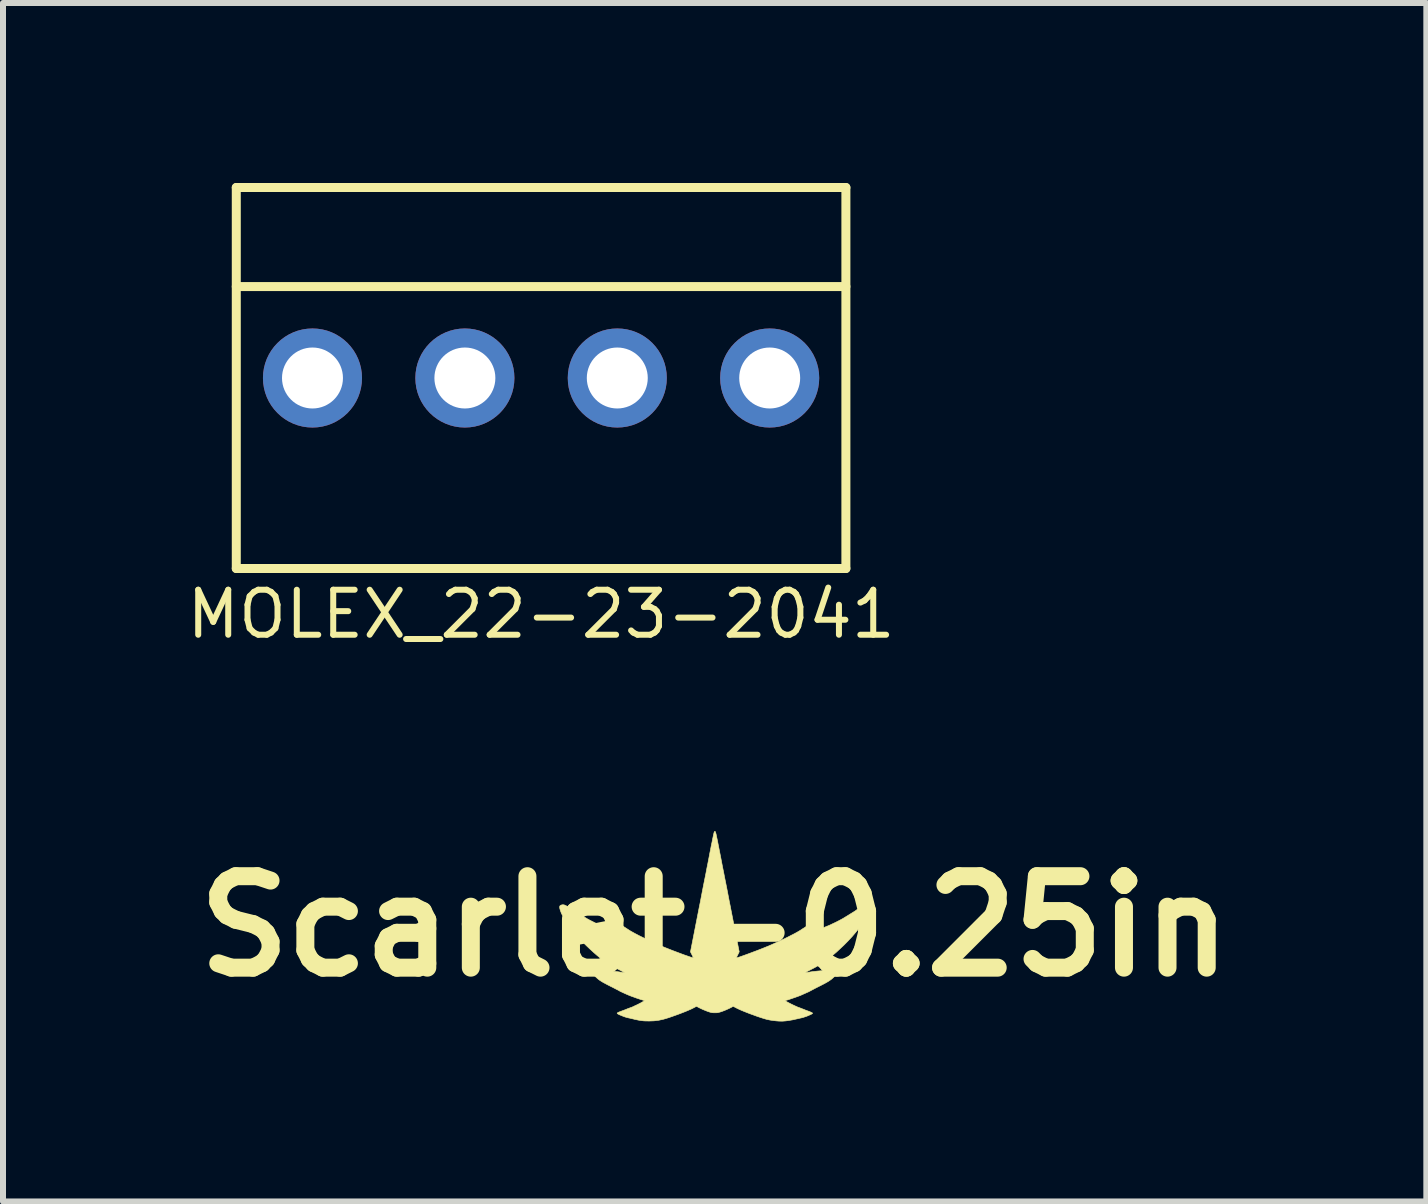
<source format=kicad_pcb>
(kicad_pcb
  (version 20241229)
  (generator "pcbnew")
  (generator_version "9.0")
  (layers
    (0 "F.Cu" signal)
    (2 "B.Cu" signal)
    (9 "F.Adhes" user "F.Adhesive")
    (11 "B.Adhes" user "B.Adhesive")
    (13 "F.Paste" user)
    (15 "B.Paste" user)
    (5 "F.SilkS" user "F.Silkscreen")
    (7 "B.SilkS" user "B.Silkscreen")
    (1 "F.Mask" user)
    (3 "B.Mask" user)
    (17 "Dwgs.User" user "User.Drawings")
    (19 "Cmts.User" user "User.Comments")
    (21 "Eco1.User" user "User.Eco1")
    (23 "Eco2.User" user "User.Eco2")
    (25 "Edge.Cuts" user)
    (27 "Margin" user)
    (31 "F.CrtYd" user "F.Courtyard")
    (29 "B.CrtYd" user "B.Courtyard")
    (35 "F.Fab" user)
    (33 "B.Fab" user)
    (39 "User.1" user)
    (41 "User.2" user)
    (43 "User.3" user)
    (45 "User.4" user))
  (footprint "MOLEX_22-23-2041"
    (layer "F.Cu")
    (at 5.968 3.25)
    (property "Reference" "MOLEX_22-23-2041" (at 0 3.937 0) (layer "F.SilkS") (effects (font (size 0.75 0.75) (thickness 0.1))))
    (attr through_hole)
    (fp_line (start -5.08 -3.175) (end -5.08 3.175) (stroke (width 0.15) (type solid)) (layer "F.SilkS"))
    (fp_line (start -5.08 -1.524) (end 5.08 -1.524) (stroke (width 0.15) (type solid)) (layer "F.SilkS"))
    (fp_line (start -5.08 3.175) (end 5.08 3.175) (stroke (width 0.15) (type solid)) (layer "F.SilkS"))
    (fp_line (start 5.08 -3.175) (end -5.08 -3.175) (stroke (width 0.15) (type solid)) (layer "F.SilkS"))
    (fp_line (start 5.08 3.175) (end 5.08 -3.175) (stroke (width 0.15) (type solid)) (layer "F.SilkS"))
    (pad "1" thru_hole circle (at -3.81 0) (size 1.651 1.651) (drill 1.016) (layers "*.Cu" "*.Mask"))
    (pad "2" thru_hole circle (at -1.27 0) (size 1.651 1.651) (drill 1.016) (layers "*.Cu" "*.Mask"))
    (pad "3" thru_hole circle (at 1.27 0) (size 1.651 1.651) (drill 1.016) (layers "*.Cu" "*.Mask"))
    (pad "4" thru_hole circle (at 3.81 0) (size 1.651 1.651) (drill 1.016) (layers "*.Cu" "*.Mask")))
  (footprint "Scarlet-0.25in"
    (layer "F.Cu")
    (at 8.861 12.388)
    (property "Reference" "Scarlet-0.25in" (at 0 0 0) (layer "F.SilkS") (effects (font (size 1.524 1.524) (thickness 0.3))))
    (attr through_hole)
    (fp_poly (pts (xy 0.006 -1.581) (xy 0.009 -1.579) (xy 0.012 -1.574) (xy 0.015 -1.565) (xy 0.019 -1.552) (xy 0.024 -1.534) (xy 0.029 -1.508) (xy 0.036 -1.475) (xy 0.045 -1.433) (xy 0.055 -1.382) (xy 0.067 -1.32) (xy 0.074 -1.284) (xy 0.082 -1.244) (xy 0.092 -1.193) (xy 0.104 -1.132) (xy 0.117 -1.063) (xy 0.132 -0.985) (xy 0.149 -0.902) (xy 0.166 -0.813) (xy 0.185 -0.719) (xy 0.204 -0.623) (xy 0.223 -0.524) (xy 0.242 -0.424) (xy 0.262 -0.325) (xy 0.266 -0.303) (xy 0.409 0.426) (xy 0.385 0.475) (xy 0.374 0.497) (xy 0.366 0.514) (xy 0.362 0.524) (xy 0.362 0.525) (xy 0.369 0.525) (xy 0.387 0.52) (xy 0.413 0.512) (xy 0.448 0.5) (xy 0.49 0.485) (xy 0.537 0.468) (xy 0.589 0.449) (xy 0.644 0.428) (xy 0.701 0.407) (xy 0.76 0.384) (xy 0.818 0.361) (xy 0.837 0.353) (xy 0.895 0.33) (xy 0.957 0.303) (xy 1.022 0.274) (xy 1.088 0.243) (xy 1.154 0.212) (xy 1.217 0.181) (xy 1.277 0.15) (xy 1.332 0.122) (xy 1.379 0.096) (xy 1.418 0.073) (xy 1.442 0.058) (xy 1.464 0.043) (xy 1.493 0.025) (xy 1.522 0.006) (xy 1.532 0.000195) (xy 1.556 -0.015) (xy 1.578 -0.03) (xy 1.595 -0.043) (xy 1.6 -0.047) (xy 1.615 -0.058) (xy 1.63 -0.063) (xy 1.631 -0.063) (xy 1.643 -0.061) (xy 1.651 -0.049) (xy 1.654 -0.026) (xy 1.654 0.006) (xy 1.651 0.036) (xy 1.648 0.061) (xy 1.646 0.082) (xy 1.645 0.094) (xy 1.645 0.097) (xy 1.651 0.096) (xy 1.666 0.09) (xy 1.688 0.082) (xy 1.712 0.072) (xy 1.737 0.061) (xy 1.761 0.05) (xy 1.78 0.041) (xy 1.78 0.041) (xy 1.797 0.033) (xy 1.822 0.021) (xy 1.851 0.008) (xy 1.879 -0.003) (xy 1.922 -0.021) (xy 1.968 -0.043) (xy 2.017 -0.066) (xy 2.064 -0.09) (xy 2.106 -0.112) (xy 2.142 -0.132) (xy 2.158 -0.142) (xy 2.178 -0.154) (xy 2.206 -0.171) (xy 2.238 -0.191) (xy 2.27 -0.211) (xy 2.28 -0.217) (xy 2.309 -0.235) (xy 2.333 -0.25) (xy 2.352 -0.263) (xy 2.363 -0.271) (xy 2.366 -0.273) (xy 2.372 -0.278) (xy 2.387 -0.288) (xy 2.409 -0.301) (xy 2.435 -0.316) (xy 2.439 -0.319) (xy 2.473 -0.338) (xy 2.499 -0.35) (xy 2.519 -0.357) (xy 2.537 -0.359) (xy 2.554 -0.357) (xy 2.566 -0.353) (xy 2.581 -0.345) (xy 2.589 -0.332) (xy 2.59 -0.313) (xy 2.585 -0.286) (xy 2.58 -0.27) (xy 2.561 -0.219) (xy 2.534 -0.163) (xy 2.498 -0.101) (xy 2.454 -0.035) (xy 2.405 0.033) (xy 2.349 0.103) (xy 2.289 0.173) (xy 2.225 0.242) (xy 2.158 0.31) (xy 2.154 0.314) (xy 2.091 0.373) (xy 2.032 0.428) (xy 1.976 0.476) (xy 1.926 0.519) (xy 1.881 0.554) (xy 1.843 0.581) (xy 1.812 0.601) (xy 1.81 0.602) (xy 1.793 0.611) (xy 1.771 0.625) (xy 1.748 0.641) (xy 1.748 0.641) (xy 1.729 0.653) (xy 1.702 0.669) (xy 1.669 0.687) (xy 1.633 0.706) (xy 1.607 0.719) (xy 1.575 0.736) (xy 1.548 0.75) (xy 1.526 0.762) (xy 1.513 0.769) (xy 1.508 0.773) (xy 1.515 0.772) (xy 1.531 0.771) (xy 1.555 0.767) (xy 1.584 0.763) (xy 1.585 0.763) (xy 1.622 0.757) (xy 1.665 0.752) (xy 1.71 0.747) (xy 1.743 0.744) (xy 1.782 0.741) (xy 1.826 0.737) (xy 1.868 0.733) (xy 1.898 0.729) (xy 1.93 0.726) (xy 1.952 0.724) (xy 1.969 0.724) (xy 1.981 0.726) (xy 1.992 0.73) (xy 2.016 0.744) (xy 2.028 0.762) (xy 2.029 0.784) (xy 2.018 0.809) (xy 1.997 0.837) (xy 1.977 0.855) (xy 1.956 0.874) (xy 1.936 0.89) (xy 1.914 0.905) (xy 1.89 0.921) (xy 1.862 0.937) (xy 1.828 0.956) (xy 1.785 0.978) (xy 1.738 1.002) (xy 1.7 1.021) (xy 1.665 1.039) (xy 1.635 1.055) (xy 1.612 1.067) (xy 1.597 1.075) (xy 1.592 1.078) (xy 1.582 1.083) (xy 1.563 1.093) (xy 1.535 1.105) (xy 1.5 1.121) (xy 1.461 1.138) (xy 1.435 1.15) (xy 1.412 1.159) (xy 1.382 1.17) (xy 1.349 1.182) (xy 1.314 1.194) (xy 1.279 1.206) (xy 1.247 1.217) (xy 1.219 1.226) (xy 1.199 1.232) (xy 1.188 1.234) (xy 1.187 1.234) (xy 1.179 1.236) (xy 1.181 1.242) (xy 1.193 1.252) (xy 1.217 1.266) (xy 1.252 1.284) (xy 1.277 1.297) (xy 1.31 1.313) (xy 1.342 1.328) (xy 1.369 1.34) (xy 1.389 1.349) (xy 1.398 1.352) (xy 1.421 1.36) (xy 1.445 1.37) (xy 1.448 1.371) (xy 1.464 1.377) (xy 1.488 1.386) (xy 1.516 1.398) (xy 1.544 1.408) (xy 1.579 1.421) (xy 1.603 1.431) (xy 1.619 1.439) (xy 1.628 1.444) (xy 1.631 1.449) (xy 1.631 1.451) (xy 1.625 1.457) (xy 1.61 1.466) (xy 1.588 1.476) (xy 1.561 1.488) (xy 1.532 1.5) (xy 1.502 1.51) (xy 1.475 1.519) (xy 1.452 1.525) (xy 1.451 1.525) (xy 1.433 1.529) (xy 1.407 1.535) (xy 1.377 1.542) (xy 1.358 1.546) (xy 1.301 1.559) (xy 1.242 1.569) (xy 1.185 1.577) (xy 1.133 1.581) (xy 1.107 1.581) (xy 1.067 1.58) (xy 1.02 1.576) (xy 0.971 1.57) (xy 0.923 1.563) (xy 0.881 1.554) (xy 0.863 1.55) (xy 0.818 1.537) (xy 0.765 1.52) (xy 0.708 1.501) (xy 0.648 1.479) (xy 0.587 1.457) (xy 0.528 1.434) (xy 0.473 1.412) (xy 0.424 1.391) (xy 0.383 1.372) (xy 0.361 1.361) (xy 0.309 1.334) (xy 0.256 1.362) (xy 0.226 1.376) (xy 0.191 1.392) (xy 0.154 1.407) (xy 0.13 1.416) (xy 0.098 1.427) (xy 0.073 1.434) (xy 0.052 1.439) (xy 0.031 1.441) (xy 0.006 1.441) (xy 0.003 1.441) (xy -0.023 1.441) (xy -0.044 1.439) (xy -0.065 1.435) (xy -0.089 1.428) (xy -0.121 1.417) (xy -0.124 1.416) (xy -0.159 1.402) (xy -0.196 1.387) (xy -0.23 1.371) (xy -0.249 1.362) (xy -0.303 1.334) (xy -0.355 1.361) (xy -0.389 1.378) (xy -0.432 1.397) (xy -0.484 1.419) (xy -0.54 1.441) (xy -0.6 1.464) (xy -0.661 1.486) (xy -0.72 1.507) (xy -0.776 1.526) (xy -0.826 1.541) (xy -0.857 1.55) (xy -0.931 1.566) (xy -1.012 1.576) (xy -1.094 1.579) (xy -1.175 1.577) (xy -1.228 1.571) (xy -1.261 1.566) (xy -1.3 1.558) (xy -1.338 1.55) (xy -1.352 1.546) (xy -1.382 1.539) (xy -1.411 1.532) (xy -1.435 1.527) (xy -1.445 1.525) (xy -1.468 1.519) (xy -1.495 1.511) (xy -1.525 1.5) (xy -1.554 1.488) (xy -1.581 1.477) (xy -1.604 1.466) (xy -1.619 1.457) (xy -1.625 1.451) (xy -1.625 1.451) (xy -1.623 1.446) (xy -1.616 1.44) (xy -1.602 1.433) (xy -1.58 1.424) (xy -1.548 1.412) (xy -1.538 1.408) (xy -1.508 1.397) (xy -1.479 1.386) (xy -1.456 1.376) (xy -1.442 1.371) (xy -1.418 1.362) (xy -1.394 1.353) (xy -1.391 1.352) (xy -1.377 1.347) (xy -1.354 1.337) (xy -1.326 1.323) (xy -1.293 1.308) (xy -1.271 1.297) (xy -1.23 1.276) (xy -1.2 1.259) (xy -1.181 1.247) (xy -1.172 1.239) (xy -1.175 1.235) (xy -1.181 1.234) (xy -1.191 1.232) (xy -1.211 1.226) (xy -1.238 1.218) (xy -1.27 1.207) (xy -1.304 1.196) (xy -1.339 1.183) (xy -1.373 1.171) (xy -1.403 1.16) (xy -1.426 1.15) (xy -1.428 1.15) (xy -1.47 1.132) (xy -1.508 1.115) (xy -1.54 1.1) (xy -1.565 1.089) (xy -1.581 1.081) (xy -1.585 1.078) (xy -1.593 1.073) (xy -1.61 1.064) (xy -1.634 1.052) (xy -1.665 1.036) (xy -1.701 1.017) (xy -1.732 1.002) (xy -1.783 0.976) (xy -1.824 0.954) (xy -1.858 0.936) (xy -1.886 0.919) (xy -1.91 0.904) (xy -1.931 0.889) (xy -1.951 0.872) (xy -1.971 0.855) (xy -2 0.826) (xy -2.018 0.801) (xy -2.024 0.777) (xy -2.019 0.757) (xy -2.008 0.742) (xy -1.992 0.732) (xy -1.971 0.726) (xy -1.941 0.725) (xy -1.902 0.728) (xy -1.891 0.729) (xy -1.856 0.733) (xy -1.813 0.738) (xy -1.77 0.741) (xy -1.736 0.744) (xy -1.696 0.748) (xy -1.652 0.753) (xy -1.609 0.758) (xy -1.578 0.763) (xy -1.55 0.767) (xy -1.526 0.77) (xy -1.509 0.772) (xy -1.502 0.773) (xy -1.502 0.773) (xy -1.507 0.769) (xy -1.521 0.761) (xy -1.543 0.75) (xy -1.57 0.735) (xy -1.601 0.719) (xy -1.637 0.701) (xy -1.672 0.682) (xy -1.704 0.664) (xy -1.729 0.649) (xy -1.741 0.641) (xy -1.764 0.626) (xy -1.786 0.612) (xy -1.803 0.602) (xy -1.803 0.602) (xy -1.834 0.583) (xy -1.871 0.556) (xy -1.916 0.522) (xy -1.966 0.48) (xy -2.021 0.432) (xy -2.08 0.378) (xy -2.142 0.319) (xy -2.147 0.314) (xy -2.215 0.247) (xy -2.279 0.177) (xy -2.339 0.107) (xy -2.395 0.037) (xy -2.445 -0.031) (xy -2.489 -0.097) (xy -2.525 -0.159) (xy -2.554 -0.216) (xy -2.573 -0.267) (xy -2.574 -0.27) (xy -2.582 -0.301) (xy -2.584 -0.324) (xy -2.579 -0.34) (xy -2.568 -0.349) (xy -2.56 -0.353) (xy -2.542 -0.358) (xy -2.525 -0.359) (xy -2.507 -0.356) (xy -2.485 -0.347) (xy -2.456 -0.332) (xy -2.433 -0.319) (xy -2.407 -0.303) (xy -2.384 -0.29) (xy -2.368 -0.279) (xy -2.36 -0.273) (xy -2.359 -0.273) (xy -2.353 -0.268) (xy -2.338 -0.258) (xy -2.317 -0.244) (xy -2.29 -0.227) (xy -2.274 -0.217) (xy -2.242 -0.197) (xy -2.209 -0.177) (xy -2.18 -0.159) (xy -2.157 -0.145) (xy -2.152 -0.142) (xy -2.122 -0.124) (xy -2.083 -0.103) (xy -2.038 -0.08) (xy -1.99 -0.056) (xy -1.942 -0.034) (xy -1.897 -0.013) (xy -1.873 -0.003) (xy -1.842 0.01) (xy -1.813 0.022) (xy -1.789 0.033) (xy -1.774 0.041) (xy -1.755 0.05) (xy -1.731 0.061) (xy -1.706 0.072) (xy -1.681 0.082) (xy -1.66 0.09) (xy -1.645 0.096) (xy -1.639 0.097) (xy -1.639 0.097) (xy -1.639 0.09) (xy -1.64 0.074) (xy -1.642 0.051) (xy -1.644 0.036) (xy -1.648 -0.005) (xy -1.648 -0.034) (xy -1.643 -0.053) (xy -1.634 -0.062) (xy -1.624 -0.063) (xy -1.61 -0.058) (xy -1.594 -0.047) (xy -1.594 -0.047) (xy -1.582 -0.037) (xy -1.562 -0.024) (xy -1.539 -0.008) (xy -1.525 0.000195) (xy -1.497 0.018) (xy -1.468 0.037) (xy -1.443 0.053) (xy -1.436 0.058) (xy -1.404 0.078) (xy -1.363 0.101) (xy -1.314 0.128) (xy -1.258 0.157) (xy -1.197 0.187) (xy -1.133 0.219) (xy -1.067 0.25) (xy -1.001 0.28) (xy -0.937 0.309) (xy -0.875 0.335) (xy -0.831 0.353) (xy -0.773 0.376) (xy -0.715 0.399) (xy -0.657 0.421) (xy -0.601 0.442) (xy -0.548 0.462) (xy -0.499 0.48) (xy -0.455 0.495) (xy -0.418 0.508) (xy -0.389 0.518) (xy -0.368 0.524) (xy -0.357 0.526) (xy -0.356 0.525) (xy -0.358 0.519) (xy -0.364 0.505) (xy -0.373 0.485) (xy -0.378 0.475) (xy -0.403 0.426) (xy -0.26 -0.303) (xy -0.24 -0.402) (xy -0.221 -0.502) (xy -0.202 -0.601) (xy -0.183 -0.698) (xy -0.164 -0.792) (xy -0.146 -0.882) (xy -0.13 -0.967) (xy -0.114 -1.046) (xy -0.1 -1.118) (xy -0.088 -1.18) (xy -0.078 -1.234) (xy -0.069 -1.276) (xy -0.068 -1.284) (xy -0.055 -1.352) (xy -0.043 -1.408) (xy -0.034 -1.455) (xy -0.026 -1.492) (xy -0.02 -1.521) (xy -0.015 -1.543) (xy -0.011 -1.559) (xy -0.007 -1.57) (xy -0.004 -1.577) (xy -0.001 -1.58) (xy 0.002 -1.581) (xy 0.003 -1.581) (xy 0.006 -1.581)) (stroke (width 0.01) (type solid)) (fill yes) (layer "F.SilkS")))
  (gr_rect
    (start -3 -3)
    (end 20.722 16.974)
    (stroke (width 0.1) (type default))
    (fill no)
    (layer "Edge.Cuts")))
</source>
